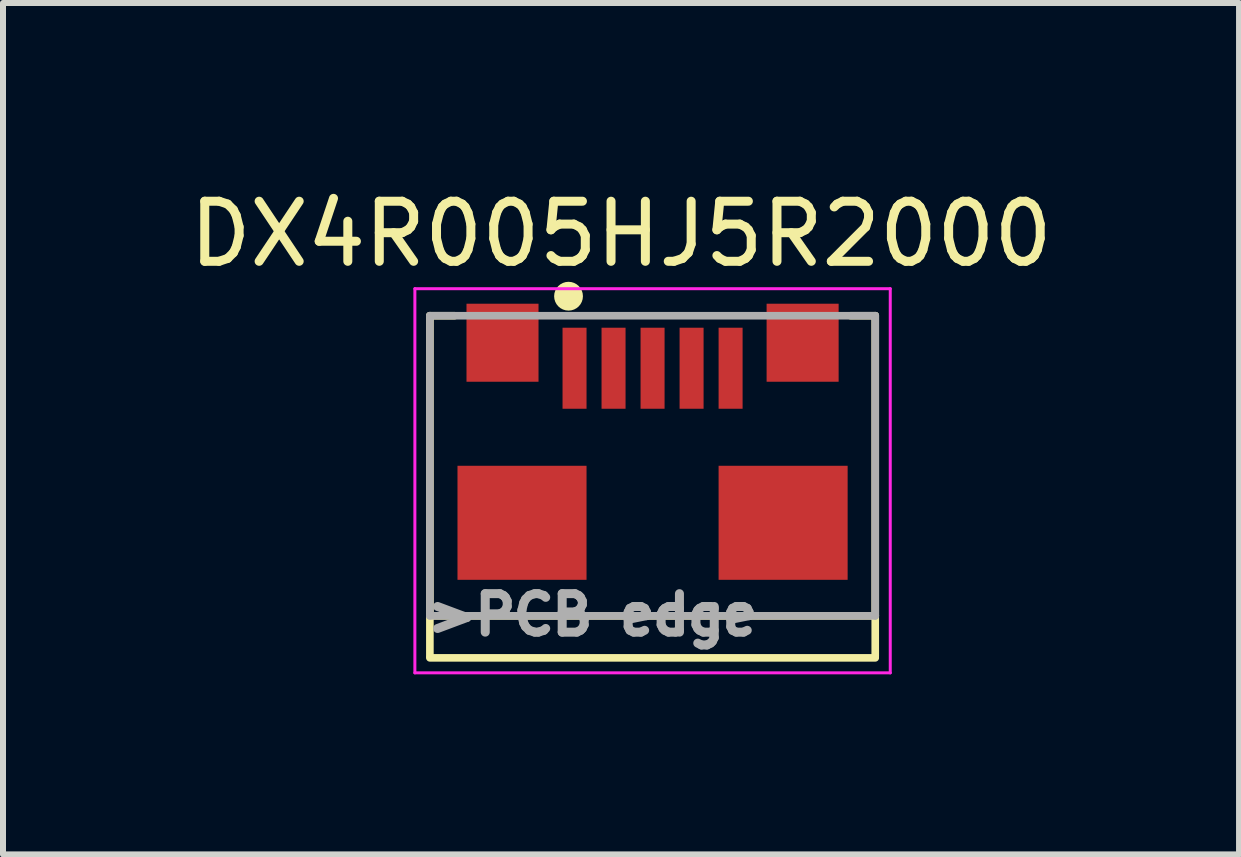
<source format=kicad_pcb>
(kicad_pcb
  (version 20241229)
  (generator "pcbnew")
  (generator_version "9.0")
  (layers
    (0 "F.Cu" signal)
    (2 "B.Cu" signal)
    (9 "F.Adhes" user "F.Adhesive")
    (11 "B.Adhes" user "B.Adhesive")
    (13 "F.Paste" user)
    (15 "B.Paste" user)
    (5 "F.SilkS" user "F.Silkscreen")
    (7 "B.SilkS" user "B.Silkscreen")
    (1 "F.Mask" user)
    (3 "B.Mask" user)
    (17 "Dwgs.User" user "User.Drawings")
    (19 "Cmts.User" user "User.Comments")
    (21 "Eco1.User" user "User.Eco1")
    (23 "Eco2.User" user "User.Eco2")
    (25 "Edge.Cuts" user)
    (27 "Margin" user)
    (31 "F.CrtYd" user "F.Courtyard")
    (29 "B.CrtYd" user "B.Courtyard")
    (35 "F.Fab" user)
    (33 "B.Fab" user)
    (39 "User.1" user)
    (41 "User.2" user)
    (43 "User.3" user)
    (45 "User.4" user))
  (footprint "DX4R005HJ5R2000"
    (layer "F.Cu")
    (at 7.822 3.085)
    (property "Reference" "DX4R005HJ5R2000" (at -0.525 -2.237 0) (layer "F.SilkS") (effects (font (size 1.001 1.001) (thickness 0.15))))
    (attr smd)
    (fp_line (start -3.71 -0.875) (end -3.3 -0.875) (stroke (width 0.127) (type solid)) (layer "F.SilkS"))
    (fp_line (start -3.71 4.125) (end -3.71 -0.875) (stroke (width 0.127) (type solid)) (layer "F.SilkS"))
    (fp_line (start -3.71 4.125) (end -3.71 4.8) (stroke (width 0.127) (type solid)) (layer "F.SilkS"))
    (fp_line (start -3.71 4.125) (end 3.71 4.125) (stroke (width 0.127) (type solid)) (layer "F.SilkS"))
    (fp_line (start -3.71 4.825) (end 3.71 4.825) (stroke (width 0.127) (type solid)) (layer "F.SilkS"))
    (fp_line (start 3.71 -0.875) (end 3.3 -0.875) (stroke (width 0.127) (type solid)) (layer "F.SilkS"))
    (fp_line (start 3.71 -0.875) (end 3.71 4.125) (stroke (width 0.127) (type solid)) (layer "F.SilkS"))
    (fp_line (start 3.71 4.125) (end 3.71 4.8) (stroke (width 0.127) (type solid)) (layer "F.SilkS"))
    (fp_circle (center -1.4 -1.2) (end -1.28 -1.2) (stroke (width 0.24) (type solid)) (fill no) (layer "F.SilkS"))
    (fp_line (start -3.96 -1.325) (end 3.96 -1.325) (stroke (width 0.05) (type solid)) (layer "F.CrtYd"))
    (fp_line (start -3.96 5.075) (end -3.96 -1.325) (stroke (width 0.05) (type solid)) (layer "F.CrtYd"))
    (fp_line (start 3.96 -1.325) (end 3.96 5.075) (stroke (width 0.05) (type solid)) (layer "F.CrtYd"))
    (fp_line (start 3.96 5.075) (end -3.96 5.075) (stroke (width 0.05) (type solid)) (layer "F.CrtYd"))
    (fp_line (start -3.71 -0.875) (end 3.71 -0.875) (stroke (width 0.127) (type solid)) (layer "F.Fab"))
    (fp_line (start -3.71 4.125) (end -3.71 -0.875) (stroke (width 0.127) (type solid)) (layer "F.Fab"))
    (fp_line (start -3.71 4.125) (end 3.71 4.125) (stroke (width 0.127) (type solid)) (layer "F.Fab"))
    (fp_line (start 3.71 -0.875) (end 3.71 4.125) (stroke (width 0.127) (type solid)) (layer "F.Fab"))
    (fp_text user ">PCB edge" (at -1.002 4.108 0) (layer "F.Fab") (effects (font (size 0.641 0.641) (thickness 0.15))))
    (pad "1" smd rect (at -1.3 0) (size 0.4 1.35) (layers "F.Cu" "F.Mask" "F.Paste"))
    (pad "2" smd rect (at -0.65 0) (size 0.4 1.35) (layers "F.Cu" "F.Mask" "F.Paste"))
    (pad "3" smd rect (at 0 0) (size 0.4 1.35) (layers "F.Cu" "F.Mask" "F.Paste"))
    (pad "4" smd rect (at 0.65 0) (size 0.4 1.35) (layers "F.Cu" "F.Mask" "F.Paste"))
    (pad "5" smd rect (at 1.3 0) (size 0.4 1.35) (layers "F.Cu" "F.Mask" "F.Paste"))
    (pad "SH1" smd rect (at -2.5 -0.425) (size 1.2 1.3) (layers "F.Cu" "F.Mask" "F.Paste"))
    (pad "SH2" smd rect (at 2.5 -0.425) (size 1.2 1.3) (layers "F.Cu" "F.Mask" "F.Paste"))
    (pad "SH3" smd rect (at -2.175 2.575) (size 2.15 1.9) (layers "F.Cu" "F.Mask" "F.Paste"))
    (pad "SH4" smd rect (at 2.175 2.575) (size 2.15 1.9) (layers "F.Cu" "F.Mask" "F.Paste")))
  (gr_rect
    (start -3 -3)
    (end 17.593 11.185)
    (stroke (width 0.1) (type default))
    (fill no)
    (layer "Edge.Cuts")))
</source>
